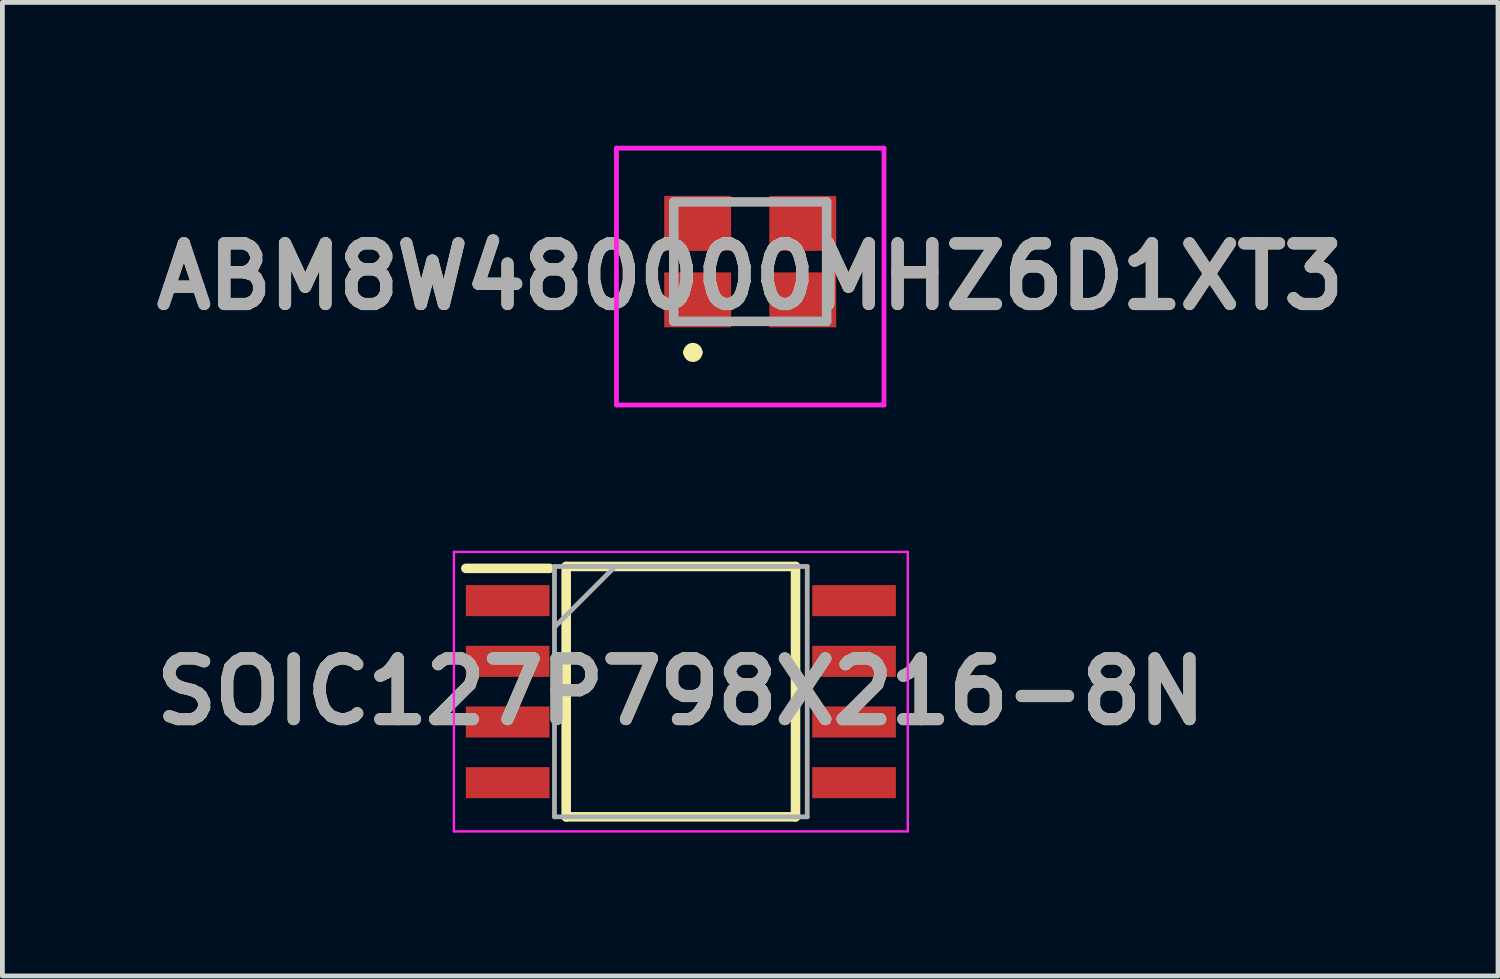
<source format=kicad_pcb>
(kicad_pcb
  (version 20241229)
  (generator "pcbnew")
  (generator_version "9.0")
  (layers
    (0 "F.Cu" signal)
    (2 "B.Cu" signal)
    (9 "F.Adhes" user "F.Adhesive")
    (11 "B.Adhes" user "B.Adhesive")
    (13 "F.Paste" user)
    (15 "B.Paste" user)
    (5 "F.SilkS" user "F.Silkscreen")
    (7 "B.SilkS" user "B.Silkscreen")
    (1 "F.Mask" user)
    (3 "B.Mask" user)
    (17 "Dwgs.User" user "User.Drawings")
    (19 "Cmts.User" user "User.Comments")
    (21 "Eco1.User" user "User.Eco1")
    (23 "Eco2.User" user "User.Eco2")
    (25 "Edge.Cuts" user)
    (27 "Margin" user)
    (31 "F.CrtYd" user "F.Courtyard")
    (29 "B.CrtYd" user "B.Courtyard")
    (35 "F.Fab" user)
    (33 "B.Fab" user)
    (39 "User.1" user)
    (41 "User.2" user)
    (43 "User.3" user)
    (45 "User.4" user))
  (footprint "SOIC127P798X216-8N"
    (layer "F.Cu")
    (at 11.2 11.426)
    (property "Reference" "SOIC127P798X216-8N" (at 0 0 0) (layer "F.SilkS") (effects (font (size 1.27 1.27) (thickness 0.254))))
    (attr smd)
    (fp_line (start -4.5 -2.58) (end -2.75 -2.58) (stroke (width 0.2) (type solid)) (layer "F.SilkS"))
    (fp_line (start -2.4 -2.62) (end 2.4 -2.62) (stroke (width 0.2) (type solid)) (layer "F.SilkS"))
    (fp_line (start -2.4 2.62) (end -2.4 -2.62) (stroke (width 0.2) (type solid)) (layer "F.SilkS"))
    (fp_line (start 2.4 -2.62) (end 2.4 2.62) (stroke (width 0.2) (type solid)) (layer "F.SilkS"))
    (fp_line (start 2.4 2.62) (end -2.4 2.62) (stroke (width 0.2) (type solid)) (layer "F.SilkS"))
    (fp_line (start -4.75 -2.925) (end 4.75 -2.925) (stroke (width 0.05) (type solid)) (layer "F.CrtYd"))
    (fp_line (start -4.75 2.925) (end -4.75 -2.925) (stroke (width 0.05) (type solid)) (layer "F.CrtYd"))
    (fp_line (start 4.75 -2.925) (end 4.75 2.925) (stroke (width 0.05) (type solid)) (layer "F.CrtYd"))
    (fp_line (start 4.75 2.925) (end -4.75 2.925) (stroke (width 0.05) (type solid)) (layer "F.CrtYd"))
    (fp_line (start -2.645 -2.62) (end 2.645 -2.62) (stroke (width 0.1) (type solid)) (layer "F.Fab"))
    (fp_line (start -2.645 -1.35) (end -1.375 -2.62) (stroke (width 0.1) (type solid)) (layer "F.Fab"))
    (fp_line (start -2.645 2.62) (end -2.645 -2.62) (stroke (width 0.1) (type solid)) (layer "F.Fab"))
    (fp_line (start 2.645 -2.62) (end 2.645 2.62) (stroke (width 0.1) (type solid)) (layer "F.Fab"))
    (fp_line (start 2.645 2.62) (end -2.645 2.62) (stroke (width 0.1) (type solid)) (layer "F.Fab"))
    (fp_text user "${REFERENCE}" (at 0 0 0) (layer "F.Fab") (effects (font (size 1.27 1.27) (thickness 0.254))))
    (pad "1" smd rect (at -3.625 -1.905 90) (size 0.65 1.75) (layers "F.Cu" "F.Mask" "F.Paste"))
    (pad "2" smd rect (at -3.625 -0.635 90) (size 0.65 1.75) (layers "F.Cu" "F.Mask" "F.Paste"))
    (pad "3" smd rect (at -3.625 0.635 90) (size 0.65 1.75) (layers "F.Cu" "F.Mask" "F.Paste"))
    (pad "4" smd rect (at -3.625 1.905 90) (size 0.65 1.75) (layers "F.Cu" "F.Mask" "F.Paste"))
    (pad "5" smd rect (at 3.625 1.905 90) (size 0.65 1.75) (layers "F.Cu" "F.Mask" "F.Paste"))
    (pad "6" smd rect (at 3.625 0.635 90) (size 0.65 1.75) (layers "F.Cu" "F.Mask" "F.Paste"))
    (pad "7" smd rect (at 3.625 -0.635 90) (size 0.65 1.75) (layers "F.Cu" "F.Mask" "F.Paste"))
    (pad "8" smd rect (at 3.625 -1.905 90) (size 0.65 1.75) (layers "F.Cu" "F.Mask" "F.Paste")))
  (footprint "ABM8W480000MHZ6D1XT3"
    (layer "F.Cu")
    (at 12.652 2.738)
    (property "Reference" "ABM8W480000MHZ6D1XT3" (at 0 0 0) (layer "F.SilkS") (effects (font (size 1.27 1.27) (thickness 0.254))))
    (attr smd)
    (fp_line (start -1.6 -0.413) (end -1.6 -0.212) (stroke (width 0.1) (type solid)) (layer "F.SilkS"))
    (fp_line (start -1.3 1.588) (end -1.3 1.588) (stroke (width 0.2) (type solid)) (layer "F.SilkS"))
    (fp_line (start -1.1 1.588) (end -1.1 1.588) (stroke (width 0.2) (type solid)) (layer "F.SilkS"))
    (fp_line (start -0.2 -1.562) (end 0.2 -1.562) (stroke (width 0.1) (type solid)) (layer "F.SilkS"))
    (fp_line (start -0.2 0.938) (end 0.2 0.938) (stroke (width 0.1) (type solid)) (layer "F.SilkS"))
    (fp_line (start 1.6 -0.413) (end 1.6 -0.212) (stroke (width 0.1) (type solid)) (layer "F.SilkS"))
    (fp_arc (start -1.3 1.588) (mid -1.2 1.488) (end -1.1 1.588) (stroke (width 0.2) (type solid)) (layer "F.SilkS"))
    (fp_arc (start -1.1 1.588) (mid -1.2 1.688) (end -1.3 1.588) (stroke (width 0.2) (type solid)) (layer "F.SilkS"))
    (fp_line (start -2.8 -2.688) (end 2.8 -2.688) (stroke (width 0.1) (type solid)) (layer "F.CrtYd"))
    (fp_line (start -2.8 2.688) (end -2.8 -2.688) (stroke (width 0.1) (type solid)) (layer "F.CrtYd"))
    (fp_line (start 2.8 -2.688) (end 2.8 2.688) (stroke (width 0.1) (type solid)) (layer "F.CrtYd"))
    (fp_line (start 2.8 2.688) (end -2.8 2.688) (stroke (width 0.1) (type solid)) (layer "F.CrtYd"))
    (fp_line (start -1.6 -1.562) (end 1.6 -1.562) (stroke (width 0.2) (type solid)) (layer "F.Fab"))
    (fp_line (start -1.6 0.938) (end -1.6 -1.562) (stroke (width 0.2) (type solid)) (layer "F.Fab"))
    (fp_line (start 1.6 -1.562) (end 1.6 0.938) (stroke (width 0.2) (type solid)) (layer "F.Fab"))
    (fp_line (start 1.6 0.938) (end -1.6 0.938) (stroke (width 0.2) (type solid)) (layer "F.Fab"))
    (fp_text user "${REFERENCE}" (at 0 0 0) (layer "F.Fab") (effects (font (size 1.27 1.27) (thickness 0.254))))
    (pad "1" smd rect (at -1.1 0.488 90) (size 1.15 1.4) (layers "F.Cu" "F.Mask" "F.Paste"))
    (pad "2" smd rect (at 1.1 0.488 90) (size 1.15 1.4) (layers "F.Cu" "F.Mask" "F.Paste"))
    (pad "3" smd rect (at 1.1 -1.113 90) (size 1.15 1.4) (layers "F.Cu" "F.Mask" "F.Paste"))
    (pad "4" smd rect (at -1.1 -1.113 90) (size 1.15 1.4) (layers "F.Cu" "F.Mask" "F.Paste")))
  (gr_rect
    (start -3 -3)
    (end 28.303 17.376)
    (stroke (width 0.1) (type default))
    (fill no)
    (layer "Edge.Cuts")))
</source>
